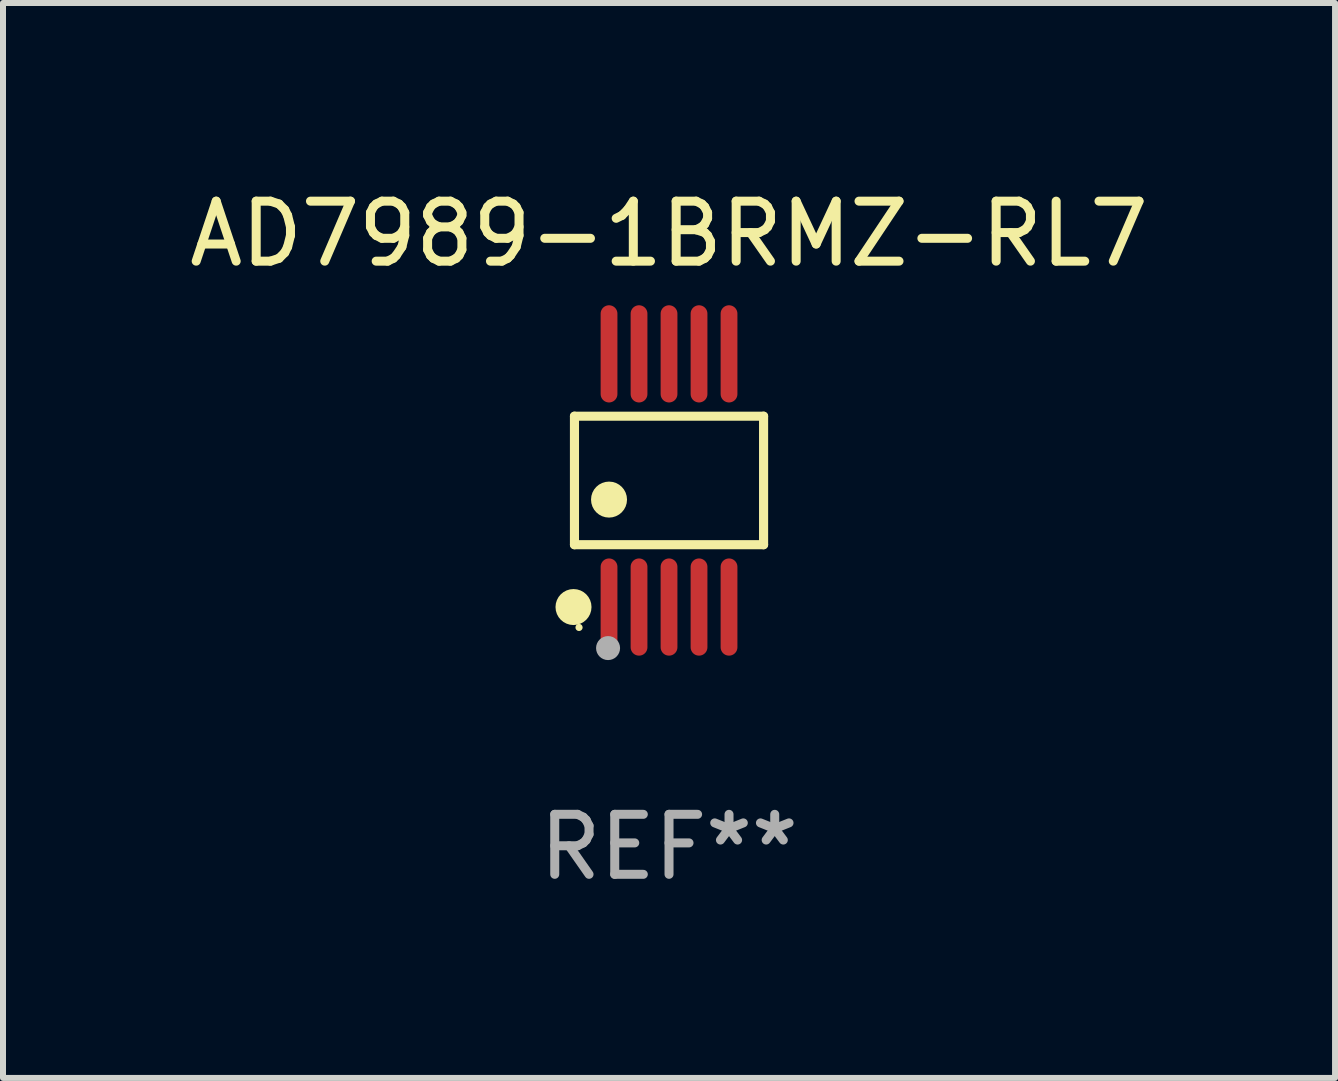
<source format=kicad_pcb>
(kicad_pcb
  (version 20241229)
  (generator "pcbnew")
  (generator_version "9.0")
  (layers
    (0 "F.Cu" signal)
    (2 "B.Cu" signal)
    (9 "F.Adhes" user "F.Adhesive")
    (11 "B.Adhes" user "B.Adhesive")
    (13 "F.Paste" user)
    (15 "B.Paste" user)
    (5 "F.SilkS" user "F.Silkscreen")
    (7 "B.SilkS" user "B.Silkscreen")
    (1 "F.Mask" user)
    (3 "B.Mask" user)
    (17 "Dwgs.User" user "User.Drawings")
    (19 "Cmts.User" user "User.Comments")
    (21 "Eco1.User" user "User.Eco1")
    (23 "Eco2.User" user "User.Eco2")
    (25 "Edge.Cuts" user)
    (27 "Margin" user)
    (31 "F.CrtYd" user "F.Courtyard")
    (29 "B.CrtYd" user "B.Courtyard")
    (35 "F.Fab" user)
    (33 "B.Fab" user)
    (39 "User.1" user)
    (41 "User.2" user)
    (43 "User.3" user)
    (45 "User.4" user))
  (footprint "AD7989-1BRMZ-RL7"
    (layer "F.Cu")
    (at 8.101 4.958)
    (property "Reference" "AD7989-1BRMZ-RL7" (at 0 -4.11 0) (layer "F.SilkS") (effects (font (size 1 1) (thickness 0.15))))
    (attr through_hole)
    (fp_line (start -1.576 -1.071) (end 1.576 -1.071) (stroke (width 0.152) (type solid)) (layer "F.SilkS"))
    (fp_line (start -1.576 1.071) (end -1.576 -1.071) (stroke (width 0.152) (type solid)) (layer "F.SilkS"))
    (fp_line (start 1.576 -1.071) (end 1.576 1.071) (stroke (width 0.152) (type solid)) (layer "F.SilkS"))
    (fp_line (start 1.576 1.071) (end -1.576 1.071) (stroke (width 0.152) (type solid)) (layer "F.SilkS"))
    (fp_circle (center -1.592 2.11) (end -1.442 2.11) (stroke (width 0.3) (type solid)) (fill no) (layer "F.SilkS"))
    (fp_circle (center -1.5 2.45) (end -1.47 2.45) (stroke (width 0.06) (type solid)) (fill no) (layer "F.SilkS"))
    (fp_circle (center -1 0.319) (end -0.85 0.319) (stroke (width 0.3) (type solid)) (fill no) (layer "F.SilkS"))
    (fp_circle (center -1.016 2.794) (end -0.916 2.794) (stroke (width 0.2) (type solid)) (fill no) (layer "F.Fab"))
    (fp_text user "REF**" (at 0 6.11 0) (layer "F.Fab") (effects (font (size 1 1) (thickness 0.15))))
    (pad "1" smd oval (at -1 2.11) (size 0.28 1.62) (layers "F.Cu" "F.Mask" "F.Paste"))
    (pad "2" smd oval (at -0.5 2.11) (size 0.28 1.62) (layers "F.Cu" "F.Mask" "F.Paste"))
    (pad "3" smd oval (at 0 2.11) (size 0.28 1.62) (layers "F.Cu" "F.Mask" "F.Paste"))
    (pad "4" smd oval (at 0.5 2.11) (size 0.28 1.62) (layers "F.Cu" "F.Mask" "F.Paste"))
    (pad "5" smd oval (at 1 2.11) (size 0.28 1.62) (layers "F.Cu" "F.Mask" "F.Paste"))
    (pad "6" smd oval (at 1 -2.11) (size 0.28 1.62) (layers "F.Cu" "F.Mask" "F.Paste"))
    (pad "7" smd oval (at 0.5 -2.11) (size 0.28 1.62) (layers "F.Cu" "F.Mask" "F.Paste"))
    (pad "8" smd oval (at 0 -2.11) (size 0.28 1.62) (layers "F.Cu" "F.Mask" "F.Paste"))
    (pad "9" smd oval (at -0.5 -2.11) (size 0.28 1.62) (layers "F.Cu" "F.Mask" "F.Paste"))
    (pad "10" smd oval (at -1 -2.11) (size 0.28 1.62) (layers "F.Cu" "F.Mask" "F.Paste")))
  (gr_rect
    (start -3 -3)
    (end 19.202 14.916)
    (stroke (width 0.1) (type default))
    (fill no)
    (layer "Edge.Cuts")))
</source>
